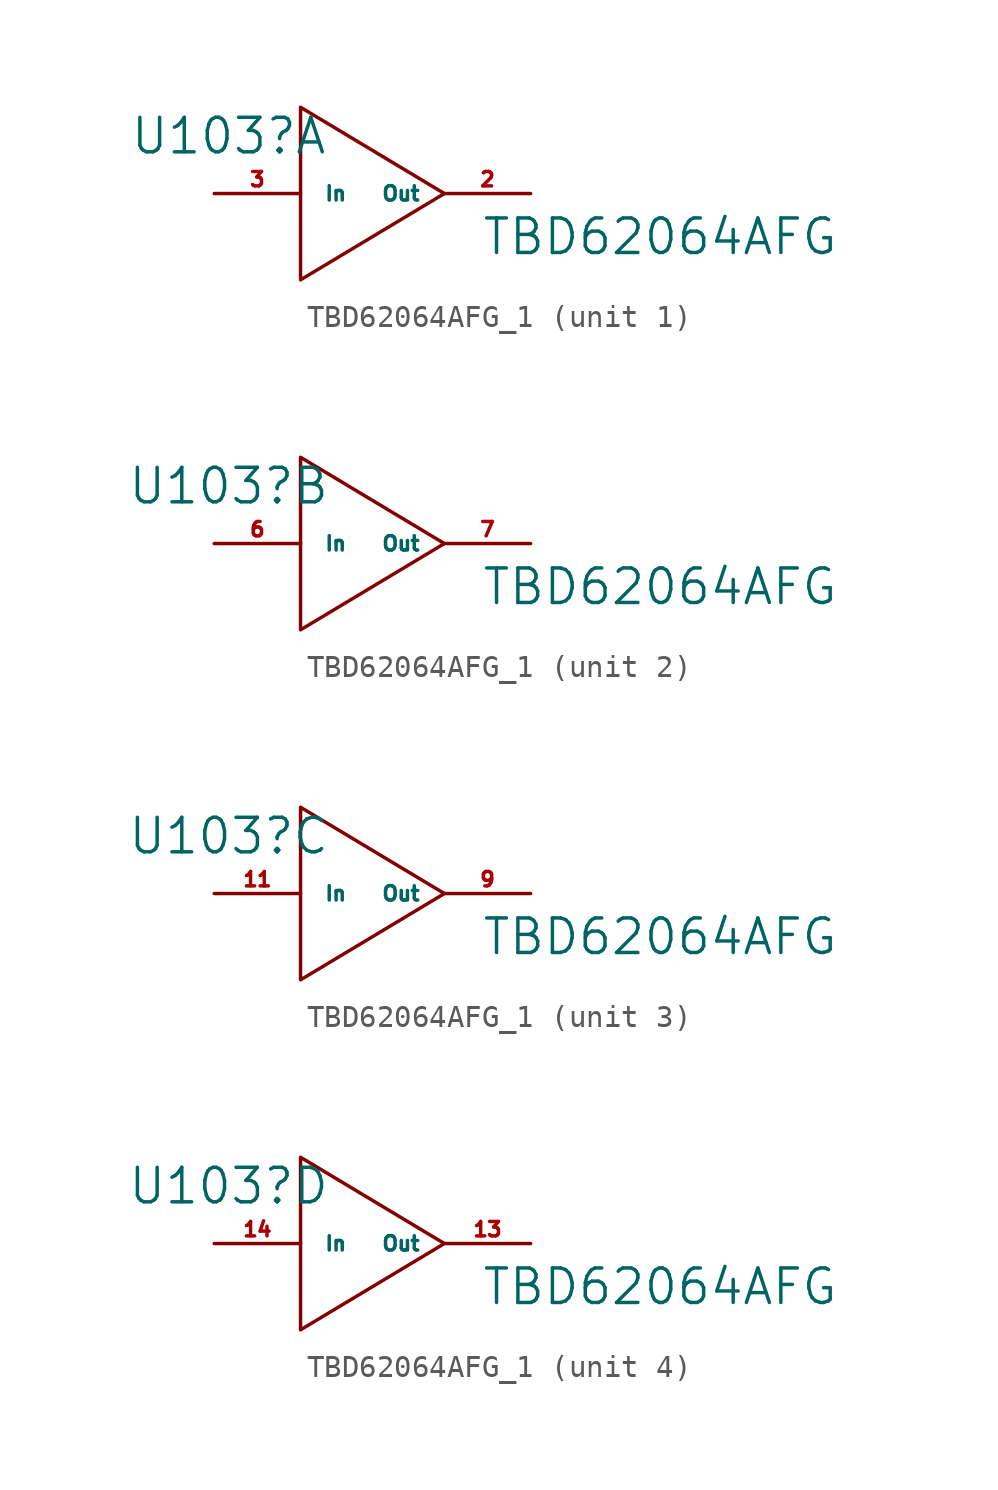
<source format=kicad_sym>
(kicad_symbol_lib
  (version 20211014)
  (generator kicad_symbol_editor)
  (symbol "TBD62064AFG_1"
    (pin_names
      (offset 1.016))
    (property "Reference" "U103"
      (at -5.715 2.54 0)
      (effects (font (size 1.524 1.524))))
    (property "Value" "TBD62064AFG"
      (at 13.335 -1.905 0)
      (effects (font (size 1.524 1.524))))
    (property "Datasheet" ""
      (at 0 0 0)
      (effects (font (size 1.524 1.524))))
    (symbol "TBD62064AFG_1_0_1"
      (polyline (pts (xy -2.54 3.81) (xy 3.81 0) (xy -2.54 -3.81) (xy -2.54 3.81)) (stroke (width 0) (type default) (color 0 0 0 0)) (fill (type none)))
      (pin power_in line (at 0 2.54 0) (length 0) hide (name "OC" (effects (font (size 0.635 0.635)))) (number "1" (effects (font (size 0.635 0.635)))))
      (pin power_in line (at 0 2.54 0) (length 0) hide (name "OC" (effects (font (size 0.635 0.635)))) (number "8" (effects (font (size 0.635 0.635)))))
      (pin power_in line (at 0.635 -2.54 180) (length 0) hide (name "GND" (effects (font (size 0.635 0.635)))) (number "FIN" (effects (font (size 0.635 0.635)))))
      (pin power_in line (at 0.635 -2.54 0) (length 0) hide (name "GND" (effects (font (size 0.635 0.635)))) (number "FIN" (effects (font (size 0.635 0.635))))))
    (symbol "TBD62064AFG_1_1_1"
      (pin output line (at 7.62 0 180) (length 3.81) (name "Out" (effects (font (size 0.635 0.635)))) (number "2" (effects (font (size 0.635 0.635)))))
      (pin input line (at -6.35 0 0) (length 3.81) (name "In" (effects (font (size 0.635 0.635)))) (number "3" (effects (font (size 0.635 0.635))))))
    (symbol "TBD62064AFG_1_2_1"
      (pin input line (at -6.35 0 0) (length 3.81) (name "In" (effects (font (size 0.635 0.635)))) (number "6" (effects (font (size 0.635 0.635)))))
      (pin output line (at 7.62 0 180) (length 3.81) (name "Out" (effects (font (size 0.635 0.635)))) (number "7" (effects (font (size 0.635 0.635))))))
    (symbol "TBD62064AFG_1_3_1"
      (pin input line (at -6.35 0 0) (length 3.81) (name "In" (effects (font (size 0.635 0.635)))) (number "11" (effects (font (size 0.635 0.635)))))
      (pin output line (at 7.62 0 180) (length 3.81) (name "Out" (effects (font (size 0.635 0.635)))) (number "9" (effects (font (size 0.635 0.635))))))
    (symbol "TBD62064AFG_1_4_1"
      (pin output line (at 7.62 0 180) (length 3.81) (name "Out" (effects (font (size 0.635 0.635)))) (number "13" (effects (font (size 0.635 0.635)))))
      (pin input line (at -6.35 0 0) (length 3.81) (name "In" (effects (font (size 0.635 0.635)))) (number "14" (effects (font (size 0.635 0.635))))))))
</source>
